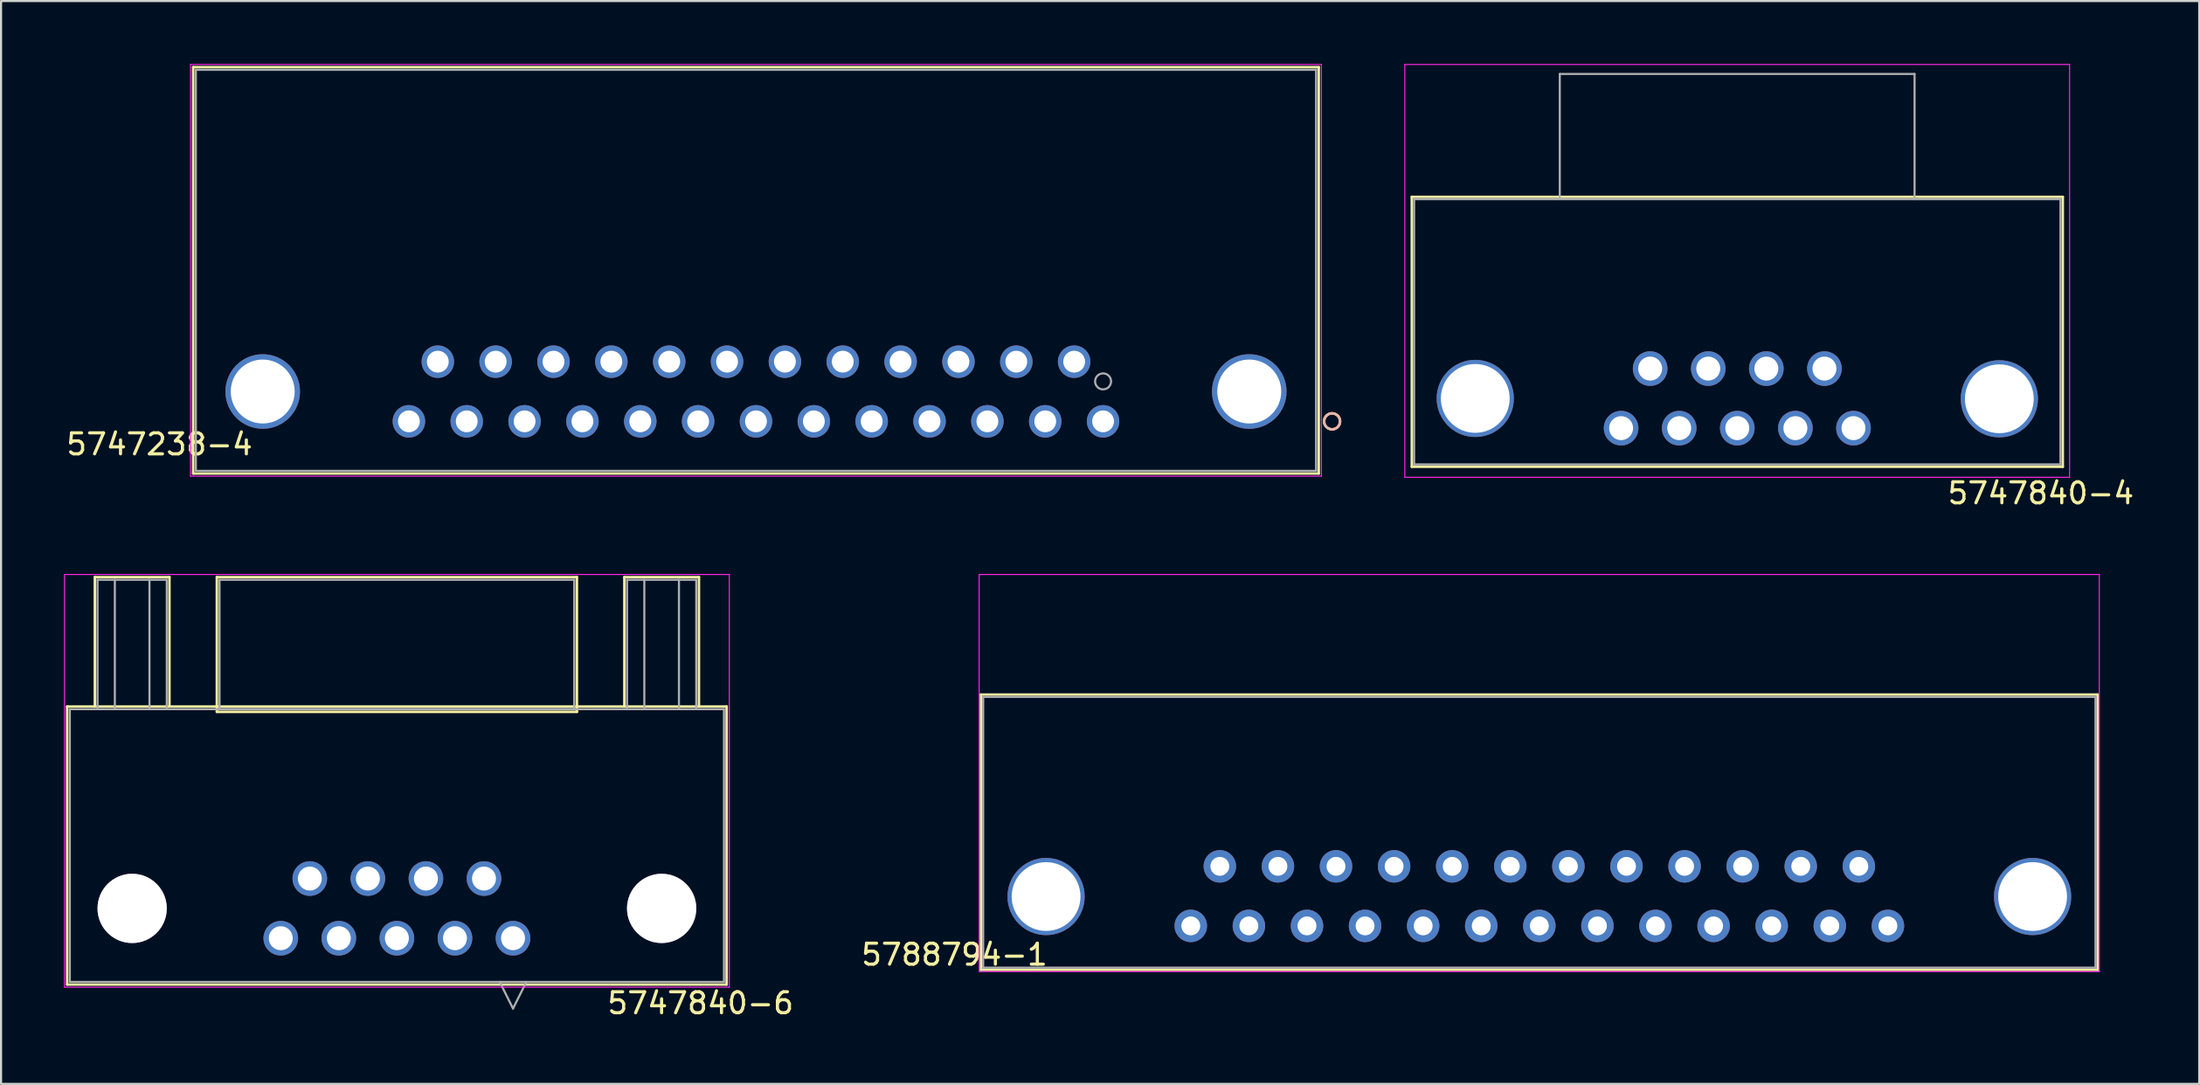
<source format=kicad_pcb>
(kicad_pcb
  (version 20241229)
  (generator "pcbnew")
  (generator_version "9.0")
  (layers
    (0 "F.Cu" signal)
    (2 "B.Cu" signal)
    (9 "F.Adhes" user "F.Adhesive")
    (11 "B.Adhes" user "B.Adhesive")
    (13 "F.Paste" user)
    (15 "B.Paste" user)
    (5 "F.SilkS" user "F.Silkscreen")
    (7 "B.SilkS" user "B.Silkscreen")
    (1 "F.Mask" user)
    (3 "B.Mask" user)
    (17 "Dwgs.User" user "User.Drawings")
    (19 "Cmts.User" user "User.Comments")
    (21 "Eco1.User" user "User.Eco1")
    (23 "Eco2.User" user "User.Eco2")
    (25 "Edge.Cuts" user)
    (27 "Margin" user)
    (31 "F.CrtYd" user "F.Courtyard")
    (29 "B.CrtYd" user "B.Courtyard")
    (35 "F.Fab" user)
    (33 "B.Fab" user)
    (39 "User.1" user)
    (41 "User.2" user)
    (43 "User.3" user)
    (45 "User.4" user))
  (footprint "5747840-6"
    (layer "F.Cu")
    (at 15.875 30.771)
    (property "Reference" "5747840-6" (at 14.478 14.021 0) (layer "F.SilkS") (effects (font (size 1 1) (thickness 0.15))))
    (attr through_hole)
    (fp_line (start -15.723 -0.127) (end -15.723 13.132) (stroke (width 0.12) (type solid)) (layer "F.SilkS"))
    (fp_line (start -15.723 13.132) (end 15.723 13.132) (stroke (width 0.12) (type solid)) (layer "F.SilkS"))
    (fp_line (start -14.402 -6.299) (end -10.846 -6.299) (stroke (width 0.12) (type solid)) (layer "F.SilkS"))
    (fp_line (start -14.402 -0.127) (end -14.402 -6.299) (stroke (width 0.12) (type solid)) (layer "F.SilkS"))
    (fp_line (start -10.846 -6.299) (end -10.846 -0.127) (stroke (width 0.12) (type solid)) (layer "F.SilkS"))
    (fp_line (start -8.585 -6.299) (end -8.585 0.127) (stroke (width 0.12) (type solid)) (layer "F.SilkS"))
    (fp_line (start -8.585 0.127) (end 8.585 0.127) (stroke (width 0.12) (type solid)) (layer "F.SilkS"))
    (fp_line (start 8.585 -6.299) (end -8.585 -6.299) (stroke (width 0.12) (type solid)) (layer "F.SilkS"))
    (fp_line (start 8.585 0.127) (end 8.585 -6.299) (stroke (width 0.12) (type solid)) (layer "F.SilkS"))
    (fp_line (start 10.846 -6.299) (end 14.402 -6.299) (stroke (width 0.12) (type solid)) (layer "F.SilkS"))
    (fp_line (start 10.846 -0.127) (end 10.846 -6.299) (stroke (width 0.12) (type solid)) (layer "F.SilkS"))
    (fp_line (start 14.402 -6.299) (end 14.402 -0.127) (stroke (width 0.12) (type solid)) (layer "F.SilkS"))
    (fp_line (start 15.723 -0.127) (end -15.723 -0.127) (stroke (width 0.12) (type solid)) (layer "F.SilkS"))
    (fp_line (start 15.723 13.132) (end 15.723 -0.127) (stroke (width 0.12) (type solid)) (layer "F.SilkS"))
    (fp_line (start -15.85 -6.426) (end -15.85 13.259) (stroke (width 0.05) (type solid)) (layer "F.CrtYd"))
    (fp_line (start -15.85 13.259) (end 15.85 13.259) (stroke (width 0.05) (type solid)) (layer "F.CrtYd"))
    (fp_line (start 15.85 -6.426) (end -15.85 -6.426) (stroke (width 0.05) (type solid)) (layer "F.CrtYd"))
    (fp_line (start 15.85 13.259) (end 15.85 -6.426) (stroke (width 0.05) (type solid)) (layer "F.CrtYd"))
    (fp_line (start -15.596 0) (end -15.596 13.005) (stroke (width 0.1) (type solid)) (layer "F.Fab"))
    (fp_line (start -15.596 13.005) (end 15.596 13.005) (stroke (width 0.1) (type solid)) (layer "F.Fab"))
    (fp_line (start -14.275 -6.172) (end -10.973 -6.172) (stroke (width 0.1) (type solid)) (layer "F.Fab"))
    (fp_line (start -14.275 0) (end -14.275 -6.172) (stroke (width 0.1) (type solid)) (layer "F.Fab"))
    (fp_line (start -13.449 0) (end -13.449 -6.172) (stroke (width 0.1) (type solid)) (layer "F.Fab"))
    (fp_line (start -11.798 -6.172) (end -11.798 0) (stroke (width 0.1) (type solid)) (layer "F.Fab"))
    (fp_line (start -10.973 -6.172) (end -10.973 0) (stroke (width 0.1) (type solid)) (layer "F.Fab"))
    (fp_line (start -8.458 -6.172) (end -8.458 0) (stroke (width 0.1) (type solid)) (layer "F.Fab"))
    (fp_line (start -8.458 0) (end 8.458 0) (stroke (width 0.1) (type solid)) (layer "F.Fab"))
    (fp_line (start 4.902 13.005) (end 5.537 14.275) (stroke (width 0.1) (type solid)) (layer "F.Fab"))
    (fp_line (start 6.172 13.005) (end 5.537 14.275) (stroke (width 0.1) (type solid)) (layer "F.Fab"))
    (fp_line (start 8.458 -6.172) (end -8.458 -6.172) (stroke (width 0.1) (type solid)) (layer "F.Fab"))
    (fp_line (start 8.458 0) (end 8.458 -6.172) (stroke (width 0.1) (type solid)) (layer "F.Fab"))
    (fp_line (start 10.973 -6.172) (end 14.275 -6.172) (stroke (width 0.1) (type solid)) (layer "F.Fab"))
    (fp_line (start 10.973 0) (end 10.973 -6.172) (stroke (width 0.1) (type solid)) (layer "F.Fab"))
    (fp_line (start 11.798 0) (end 11.798 -6.172) (stroke (width 0.1) (type solid)) (layer "F.Fab"))
    (fp_line (start 13.449 -6.172) (end 13.449 0) (stroke (width 0.1) (type solid)) (layer "F.Fab"))
    (fp_line (start 14.275 -6.172) (end 14.275 0) (stroke (width 0.1) (type solid)) (layer "F.Fab"))
    (fp_line (start 15.596 0) (end -15.596 0) (stroke (width 0.1) (type solid)) (layer "F.Fab"))
    (fp_line (start 15.596 13.005) (end 15.596 0) (stroke (width 0.1) (type solid)) (layer "F.Fab"))
    (pad "1" thru_hole circle (at 5.537 10.922) (size 1.651 1.651) (drill 1.143) (layers "*.Cu" "*.Mask"))
    (pad "2" thru_hole circle (at 2.769 10.922) (size 1.651 1.651) (drill 1.143) (layers "*.Cu" "*.Mask"))
    (pad "3" thru_hole circle (at 0 10.922) (size 1.651 1.651) (drill 1.143) (layers "*.Cu" "*.Mask"))
    (pad "4" thru_hole circle (at -2.769 10.922) (size 1.651 1.651) (drill 1.143) (layers "*.Cu" "*.Mask"))
    (pad "5" thru_hole circle (at -5.537 10.922) (size 1.651 1.651) (drill 1.143) (layers "*.Cu" "*.Mask"))
    (pad "6" thru_hole circle (at 4.153 8.077) (size 1.651 1.651) (drill 1.143) (layers "*.Cu" "*.Mask"))
    (pad "7" thru_hole circle (at 1.384 8.077) (size 1.651 1.651) (drill 1.143) (layers "*.Cu" "*.Mask"))
    (pad "8" thru_hole circle (at -1.384 8.077) (size 1.651 1.651) (drill 1.143) (layers "*.Cu" "*.Mask"))
    (pad "9" thru_hole circle (at -4.153 8.077) (size 1.651 1.651) (drill 1.143) (layers "*.Cu" "*.Mask"))
    (pad "10" thru_hole circle (at -12.624 9.5) (size 3.302 3.302) (drill 3.302) (layers "*.Cu" "*.Mask"))
    (pad "11" thru_hole circle (at 12.624 9.5) (size 3.302 3.302) (drill 3.302) (layers "*.Cu" "*.Mask")))
  (footprint "5788794-1"
    (layer "F.Cu")
    (at 70.35 38.265)
    (property "Reference" "5788794-1" (at -27.89 4.21 180) (layer "F.SilkS") (effects (font (size 1 1) (thickness 0.15))))
    (attr through_hole)
    (fp_line (start -26.63 -8.19) (end -26.63 4.94) (stroke (width 0.12) (type solid)) (layer "F.SilkS"))
    (fp_line (start -26.63 4.94) (end 26.62 4.94) (stroke (width 0.12) (type solid)) (layer "F.SilkS"))
    (fp_line (start 26.615 -8.19) (end -26.63 -8.19) (stroke (width 0.12) (type solid)) (layer "F.SilkS"))
    (fp_line (start 26.62 4.94) (end 26.62 -8.19) (stroke (width 0.12) (type solid)) (layer "F.SilkS"))
    (fp_line (start -26.71 -13.92) (end -26.71 5.02) (stroke (width 0.05) (type solid)) (layer "F.CrtYd"))
    (fp_line (start -26.71 5.02) (end 26.7 5.02) (stroke (width 0.05) (type solid)) (layer "F.CrtYd"))
    (fp_line (start 26.7 -13.92) (end -26.71 -13.92) (stroke (width 0.05) (type solid)) (layer "F.CrtYd"))
    (fp_line (start 26.7 5.02) (end 26.7 -13.92) (stroke (width 0.05) (type solid)) (layer "F.CrtYd"))
    (fp_line (start -26.52 -8.08) (end -26.52 4.83) (stroke (width 0.1) (type solid)) (layer "F.Fab"))
    (fp_line (start -26.52 4.83) (end 26.52 4.83) (stroke (width 0.1) (type solid)) (layer "F.Fab"))
    (fp_line (start 26.52 -8.08) (end -26.52 -8.08) (stroke (width 0.1) (type solid)) (layer "F.Fab"))
    (fp_line (start 26.52 4.83) (end 26.52 -8.08) (stroke (width 0.1) (type solid)) (layer "F.Fab"))
    (pad "" np_thru_hole circle (at -23.52 1.44) (size 3.68 3.68) (drill 3.28) (layers "*.Cu" "*.Mask"))
    (pad "" np_thru_hole circle (at 23.52 1.44) (size 3.68 3.68) (drill 3.28) (layers "*.Cu" "*.Mask"))
    (pad "1" thru_hole circle (at 16.62 2.84) (size 1.549 1.549) (drill 0.9) (layers "*.Cu" "*.Mask"))
    (pad "2" thru_hole circle (at 13.85 2.84) (size 1.549 1.549) (drill 0.9) (layers "*.Cu" "*.Mask"))
    (pad "3" thru_hole circle (at 11.08 2.84) (size 1.549 1.549) (drill 0.9) (layers "*.Cu" "*.Mask"))
    (pad "4" thru_hole circle (at 8.31 2.84) (size 1.549 1.549) (drill 0.9) (layers "*.Cu" "*.Mask"))
    (pad "5" thru_hole circle (at 5.54 2.84) (size 1.549 1.549) (drill 0.9) (layers "*.Cu" "*.Mask"))
    (pad "6" thru_hole circle (at 2.77 2.84) (size 1.549 1.549) (drill 0.9) (layers "*.Cu" "*.Mask"))
    (pad "7" thru_hole circle (at 0 2.84) (size 1.549 1.549) (drill 0.9) (layers "*.Cu" "*.Mask"))
    (pad "8" thru_hole circle (at -2.77 2.84) (size 1.549 1.549) (drill 0.9) (layers "*.Cu" "*.Mask"))
    (pad "9" thru_hole circle (at -5.54 2.84) (size 1.549 1.549) (drill 0.9) (layers "*.Cu" "*.Mask"))
    (pad "10" thru_hole circle (at -8.31 2.84) (size 1.549 1.549) (drill 0.9) (layers "*.Cu" "*.Mask"))
    (pad "11" thru_hole circle (at -11.08 2.84) (size 1.549 1.549) (drill 0.9) (layers "*.Cu" "*.Mask"))
    (pad "12" thru_hole circle (at -13.85 2.84) (size 1.549 1.549) (drill 0.9) (layers "*.Cu" "*.Mask"))
    (pad "13" thru_hole circle (at -16.62 2.84) (size 1.549 1.549) (drill 0.9) (layers "*.Cu" "*.Mask"))
    (pad "14" thru_hole circle (at 15.235 0) (size 1.549 1.549) (drill 0.9) (layers "*.Cu" "*.Mask"))
    (pad "15" thru_hole circle (at 12.465 0) (size 1.549 1.549) (drill 0.9) (layers "*.Cu" "*.Mask"))
    (pad "16" thru_hole circle (at 9.695 0) (size 1.549 1.549) (drill 0.9) (layers "*.Cu" "*.Mask"))
    (pad "17" thru_hole circle (at 6.925 0) (size 1.549 1.549) (drill 0.9) (layers "*.Cu" "*.Mask"))
    (pad "18" thru_hole circle (at 4.155 0) (size 1.549 1.549) (drill 0.9) (layers "*.Cu" "*.Mask"))
    (pad "19" thru_hole circle (at 1.385 0) (size 1.549 1.549) (drill 0.9) (layers "*.Cu" "*.Mask"))
    (pad "20" thru_hole circle (at -1.385 0) (size 1.549 1.549) (drill 0.9) (layers "*.Cu" "*.Mask"))
    (pad "21" thru_hole circle (at -4.155 0) (size 1.549 1.549) (drill 0.9) (layers "*.Cu" "*.Mask"))
    (pad "22" thru_hole circle (at -6.925 0) (size 1.549 1.549) (drill 0.9) (layers "*.Cu" "*.Mask"))
    (pad "23" thru_hole circle (at -9.695 0) (size 1.549 1.549) (drill 0.9) (layers "*.Cu" "*.Mask"))
    (pad "24" thru_hole circle (at -12.465 0) (size 1.549 1.549) (drill 0.9) (layers "*.Cu" "*.Mask"))
    (pad "25" thru_hole circle (at -15.235 0) (size 1.549 1.549) (drill 0.9) (layers "*.Cu" "*.Mask")))
  (footprint "5747840-4"
    (layer "F.Cu")
    (at 79.789 14.528)
    (property "Reference" "5747840-4" (at 14.472 5.944 0) (layer "F.SilkS") (effects (font (size 1 1) (thickness 0.15))))
    (attr through_hole)
    (fp_line (start -15.52 -8.19) (end -15.52 4.68) (stroke (width 0.12) (type solid)) (layer "F.SilkS"))
    (fp_line (start -15.52 4.68) (end 15.52 4.68) (stroke (width 0.12) (type solid)) (layer "F.SilkS"))
    (fp_line (start 15.52 -8.19) (end -15.52 -8.19) (stroke (width 0.12) (type solid)) (layer "F.SilkS"))
    (fp_line (start 15.52 4.68) (end 15.52 -8.19) (stroke (width 0.12) (type solid)) (layer "F.SilkS"))
    (fp_line (start -15.855 -14.503) (end -15.855 5.182) (stroke (width 0.05) (type solid)) (layer "F.CrtYd"))
    (fp_line (start -15.855 5.182) (end 15.844 5.182) (stroke (width 0.05) (type solid)) (layer "F.CrtYd"))
    (fp_line (start 15.844 -14.503) (end -15.855 -14.503) (stroke (width 0.05) (type solid)) (layer "F.CrtYd"))
    (fp_line (start 15.844 5.182) (end 15.844 -14.503) (stroke (width 0.05) (type solid)) (layer "F.CrtYd"))
    (fp_line (start -15.41 -8.077) (end -15.41 4.57) (stroke (width 0.1) (type solid)) (layer "F.Fab"))
    (fp_line (start -15.41 4.57) (end 15.41 4.57) (stroke (width 0.1) (type solid)) (layer "F.Fab"))
    (fp_line (start -8.464 -14.05) (end -8.464 -8.08) (stroke (width 0.1) (type solid)) (layer "F.Fab"))
    (fp_line (start 8.453 -14.05) (end -8.464 -14.05) (stroke (width 0.1) (type solid)) (layer "F.Fab"))
    (fp_line (start 8.453 -8.08) (end 8.453 -14.05) (stroke (width 0.1) (type solid)) (layer "F.Fab"))
    (fp_line (start 15.41 -8.08) (end -15.41 -8.08) (stroke (width 0.1) (type solid)) (layer "F.Fab"))
    (fp_line (start 15.41 4.57) (end 15.41 -8.077) (stroke (width 0.1) (type solid)) (layer "F.Fab"))
    (pad "" np_thru_hole circle (at -12.495 1.422) (size 3.68 3.68) (drill 3.28) (layers "*.Cu" "*.Mask"))
    (pad "" np_thru_hole circle (at 12.495 1.44) (size 3.68 3.68) (drill 3.28) (layers "*.Cu" "*.Mask"))
    (pad "1" thru_hole circle (at 5.54 2.84) (size 1.651 1.651) (drill 1.143) (layers "*.Cu" "*.Mask"))
    (pad "2" thru_hole circle (at 2.77 2.84) (size 1.651 1.651) (drill 1.143) (layers "*.Cu" "*.Mask"))
    (pad "3" thru_hole circle (at 0 2.84) (size 1.651 1.651) (drill 1.143) (layers "*.Cu" "*.Mask"))
    (pad "4" thru_hole circle (at -2.77 2.84) (size 1.651 1.651) (drill 1.143) (layers "*.Cu" "*.Mask"))
    (pad "5" thru_hole circle (at -5.54 2.84) (size 1.651 1.651) (drill 1.143) (layers "*.Cu" "*.Mask"))
    (pad "6" thru_hole circle (at 4.155 0) (size 1.651 1.651) (drill 1.143) (layers "*.Cu" "*.Mask"))
    (pad "7" thru_hole circle (at 1.385 0) (size 1.651 1.651) (drill 1.143) (layers "*.Cu" "*.Mask"))
    (pad "8" thru_hole circle (at -1.385 0) (size 1.651 1.651) (drill 1.143) (layers "*.Cu" "*.Mask"))
    (pad "9" thru_hole circle (at -4.155 0) (size 1.651 1.651) (drill 1.143) (layers "*.Cu" "*.Mask")))
  (footprint "5747238-4"
    (layer "F.Cu")
    (at 49.548 17.043)
    (property "Reference" "5747238-4" (at -44.994 1.095 180) (layer "F.SilkS") (effects (font (size 1 1) (thickness 0.15))))
    (attr through_hole)
    (fp_line (start -43.386 -16.891) (end -43.386 2.489) (stroke (width 0.12) (type solid)) (layer "F.SilkS"))
    (fp_line (start -43.386 2.489) (end 10.284 2.489) (stroke (width 0.12) (type solid)) (layer "F.SilkS"))
    (fp_line (start 10.284 -16.891) (end -43.386 -16.891) (stroke (width 0.12) (type solid)) (layer "F.SilkS"))
    (fp_line (start 10.284 2.489) (end 10.284 -16.891) (stroke (width 0.12) (type solid)) (layer "F.SilkS"))
    (fp_circle (center 10.919 0) (end 11.3 0) (stroke (width 0.12) (type solid)) (fill no) (layer "F.SilkS"))
    (fp_circle (center 10.919 0) (end 11.3 0) (stroke (width 0.12) (type solid)) (fill no) (layer "B.SilkS"))
    (fp_line (start -43.513 -17.018) (end -43.513 2.616) (stroke (width 0.05) (type solid)) (layer "F.CrtYd"))
    (fp_line (start -43.513 2.616) (end 10.411 2.616) (stroke (width 0.05) (type solid)) (layer "F.CrtYd"))
    (fp_line (start 10.411 -17.018) (end -43.513 -17.018) (stroke (width 0.05) (type solid)) (layer "F.CrtYd"))
    (fp_line (start 10.411 2.616) (end 10.411 -17.018) (stroke (width 0.05) (type solid)) (layer "F.CrtYd"))
    (fp_line (start -43.259 -16.764) (end -43.259 2.362) (stroke (width 0.1) (type solid)) (layer "F.Fab"))
    (fp_line (start -43.259 2.362) (end 10.157 2.362) (stroke (width 0.1) (type solid)) (layer "F.Fab"))
    (fp_line (start 10.157 -16.764) (end -43.259 -16.764) (stroke (width 0.1) (type solid)) (layer "F.Fab"))
    (fp_line (start 10.157 2.362) (end 10.157 -16.764) (stroke (width 0.1) (type solid)) (layer "F.Fab"))
    (fp_circle (center 0 -1.905) (end 0.381 -1.905) (stroke (width 0.1) (type solid)) (fill no) (layer "F.Fab"))
    (pad "1" thru_hole circle (at 0.000001 0) (size 1.549 1.549) (drill 1.041) (layers "*.Cu" "*.Mask"))
    (pad "2" thru_hole circle (at -2.758 0) (size 1.549 1.549) (drill 1.041) (layers "*.Cu" "*.Mask"))
    (pad "3" thru_hole circle (at -5.517 0) (size 1.549 1.549) (drill 1.041) (layers "*.Cu" "*.Mask"))
    (pad "4" thru_hole circle (at -8.275 0) (size 1.549 1.549) (drill 1.041) (layers "*.Cu" "*.Mask"))
    (pad "5" thru_hole circle (at -11.034 0) (size 1.549 1.549) (drill 1.041) (layers "*.Cu" "*.Mask"))
    (pad "6" thru_hole circle (at -13.792 0) (size 1.549 1.549) (drill 1.041) (layers "*.Cu" "*.Mask"))
    (pad "7" thru_hole circle (at -16.551 0) (size 1.549 1.549) (drill 1.041) (layers "*.Cu" "*.Mask"))
    (pad "8" thru_hole circle (at -19.309 0) (size 1.549 1.549) (drill 1.041) (layers "*.Cu" "*.Mask"))
    (pad "9" thru_hole circle (at -22.068 0) (size 1.549 1.549) (drill 1.041) (layers "*.Cu" "*.Mask"))
    (pad "10" thru_hole circle (at -24.826 0) (size 1.549 1.549) (drill 1.041) (layers "*.Cu" "*.Mask"))
    (pad "11" thru_hole circle (at -27.584 0) (size 1.549 1.549) (drill 1.041) (layers "*.Cu" "*.Mask"))
    (pad "12" thru_hole circle (at -30.343 0) (size 1.549 1.549) (drill 1.041) (layers "*.Cu" "*.Mask"))
    (pad "13" thru_hole circle (at -33.101 0) (size 1.549 1.549) (drill 1.041) (layers "*.Cu" "*.Mask"))
    (pad "14" thru_hole circle (at -1.379 -2.845) (size 1.549 1.549) (drill 1.041) (layers "*.Cu" "*.Mask"))
    (pad "15" thru_hole circle (at -4.138 -2.845) (size 1.549 1.549) (drill 1.041) (layers "*.Cu" "*.Mask"))
    (pad "16" thru_hole circle (at -6.896 -2.845) (size 1.549 1.549) (drill 1.041) (layers "*.Cu" "*.Mask"))
    (pad "17" thru_hole circle (at -9.655 -2.845) (size 1.549 1.549) (drill 1.041) (layers "*.Cu" "*.Mask"))
    (pad "18" thru_hole circle (at -12.413 -2.845) (size 1.549 1.549) (drill 1.041) (layers "*.Cu" "*.Mask"))
    (pad "19" thru_hole circle (at -15.171 -2.845) (size 1.549 1.549) (drill 1.041) (layers "*.Cu" "*.Mask"))
    (pad "20" thru_hole circle (at -17.93 -2.845) (size 1.549 1.549) (drill 1.041) (layers "*.Cu" "*.Mask"))
    (pad "21" thru_hole circle (at -20.688 -2.845) (size 1.549 1.549) (drill 1.041) (layers "*.Cu" "*.Mask"))
    (pad "22" thru_hole circle (at -23.447 -2.845) (size 1.549 1.549) (drill 1.041) (layers "*.Cu" "*.Mask"))
    (pad "23" thru_hole circle (at -26.205 -2.845) (size 1.549 1.549) (drill 1.041) (layers "*.Cu" "*.Mask"))
    (pad "24" thru_hole circle (at -28.964 -2.845) (size 1.549 1.549) (drill 1.041) (layers "*.Cu" "*.Mask"))
    (pad "25" thru_hole circle (at -31.722 -2.845) (size 1.549 1.549) (drill 1.041) (layers "*.Cu" "*.Mask"))
    (pad "26" thru_hole circle (at -40.071 -1.422) (size 3.556 3.556) (drill 3.048) (layers "*.Cu" "*.Mask"))
    (pad "27" thru_hole circle (at 6.97 -1.422) (size 3.556 3.556) (drill 3.048) (layers "*.Cu" "*.Mask")))
  (gr_rect
    (start -3 -3)
    (end 101.815 48.641)
    (stroke (width 0.1) (type default))
    (fill no)
    (layer "Edge.Cuts")))
</source>
